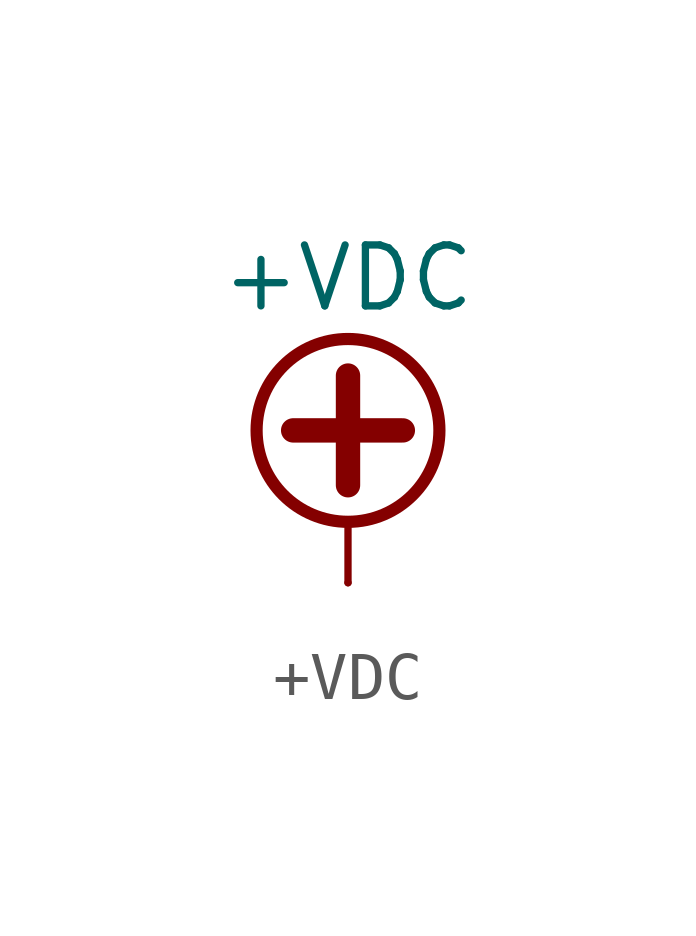
<source format=kicad_sym>
(kicad_symbol_lib
  (version 20231120)
  (generator "kicad_symbol_editor")
  (generator_version "8.0")
  (symbol "+VDC"
    (power)
    (pin_numbers hide)
    (pin_names
      (offset 0) hide)
    (property "Reference" "#PWR"
      (at 0 -2.54 0)
      (effects (font (size 1.27 1.27)) (hide yes)))
    (property "Value" "+VDC"
      (at 0 6.35 0)
      (effects (font (size 1.27 1.27))))
    (symbol "+VDC_0_1"
      (polyline (pts (xy -1.143 3.175) (xy 1.143 3.175)) (stroke (width 0.508) (type default)) (fill (type none)))
      (polyline (pts (xy 0 0) (xy 0 1.27)) (stroke (width 0) (type default)) (fill (type none)))
      (polyline (pts (xy 0 2.032) (xy 0 4.318)) (stroke (width 0.508) (type default)) (fill (type none)))
      (circle (center 0 3.175) (radius 1.905) (stroke (width 0.254) (type default)) (fill (type none))))
    (symbol "+VDC_1_1"
      (pin power_in line (at 0 0 90) (length 0) (name "~" (effects (font (size 1.27 1.27)))) (number "1" (effects (font (size 1.27 1.27))))))))
</source>
